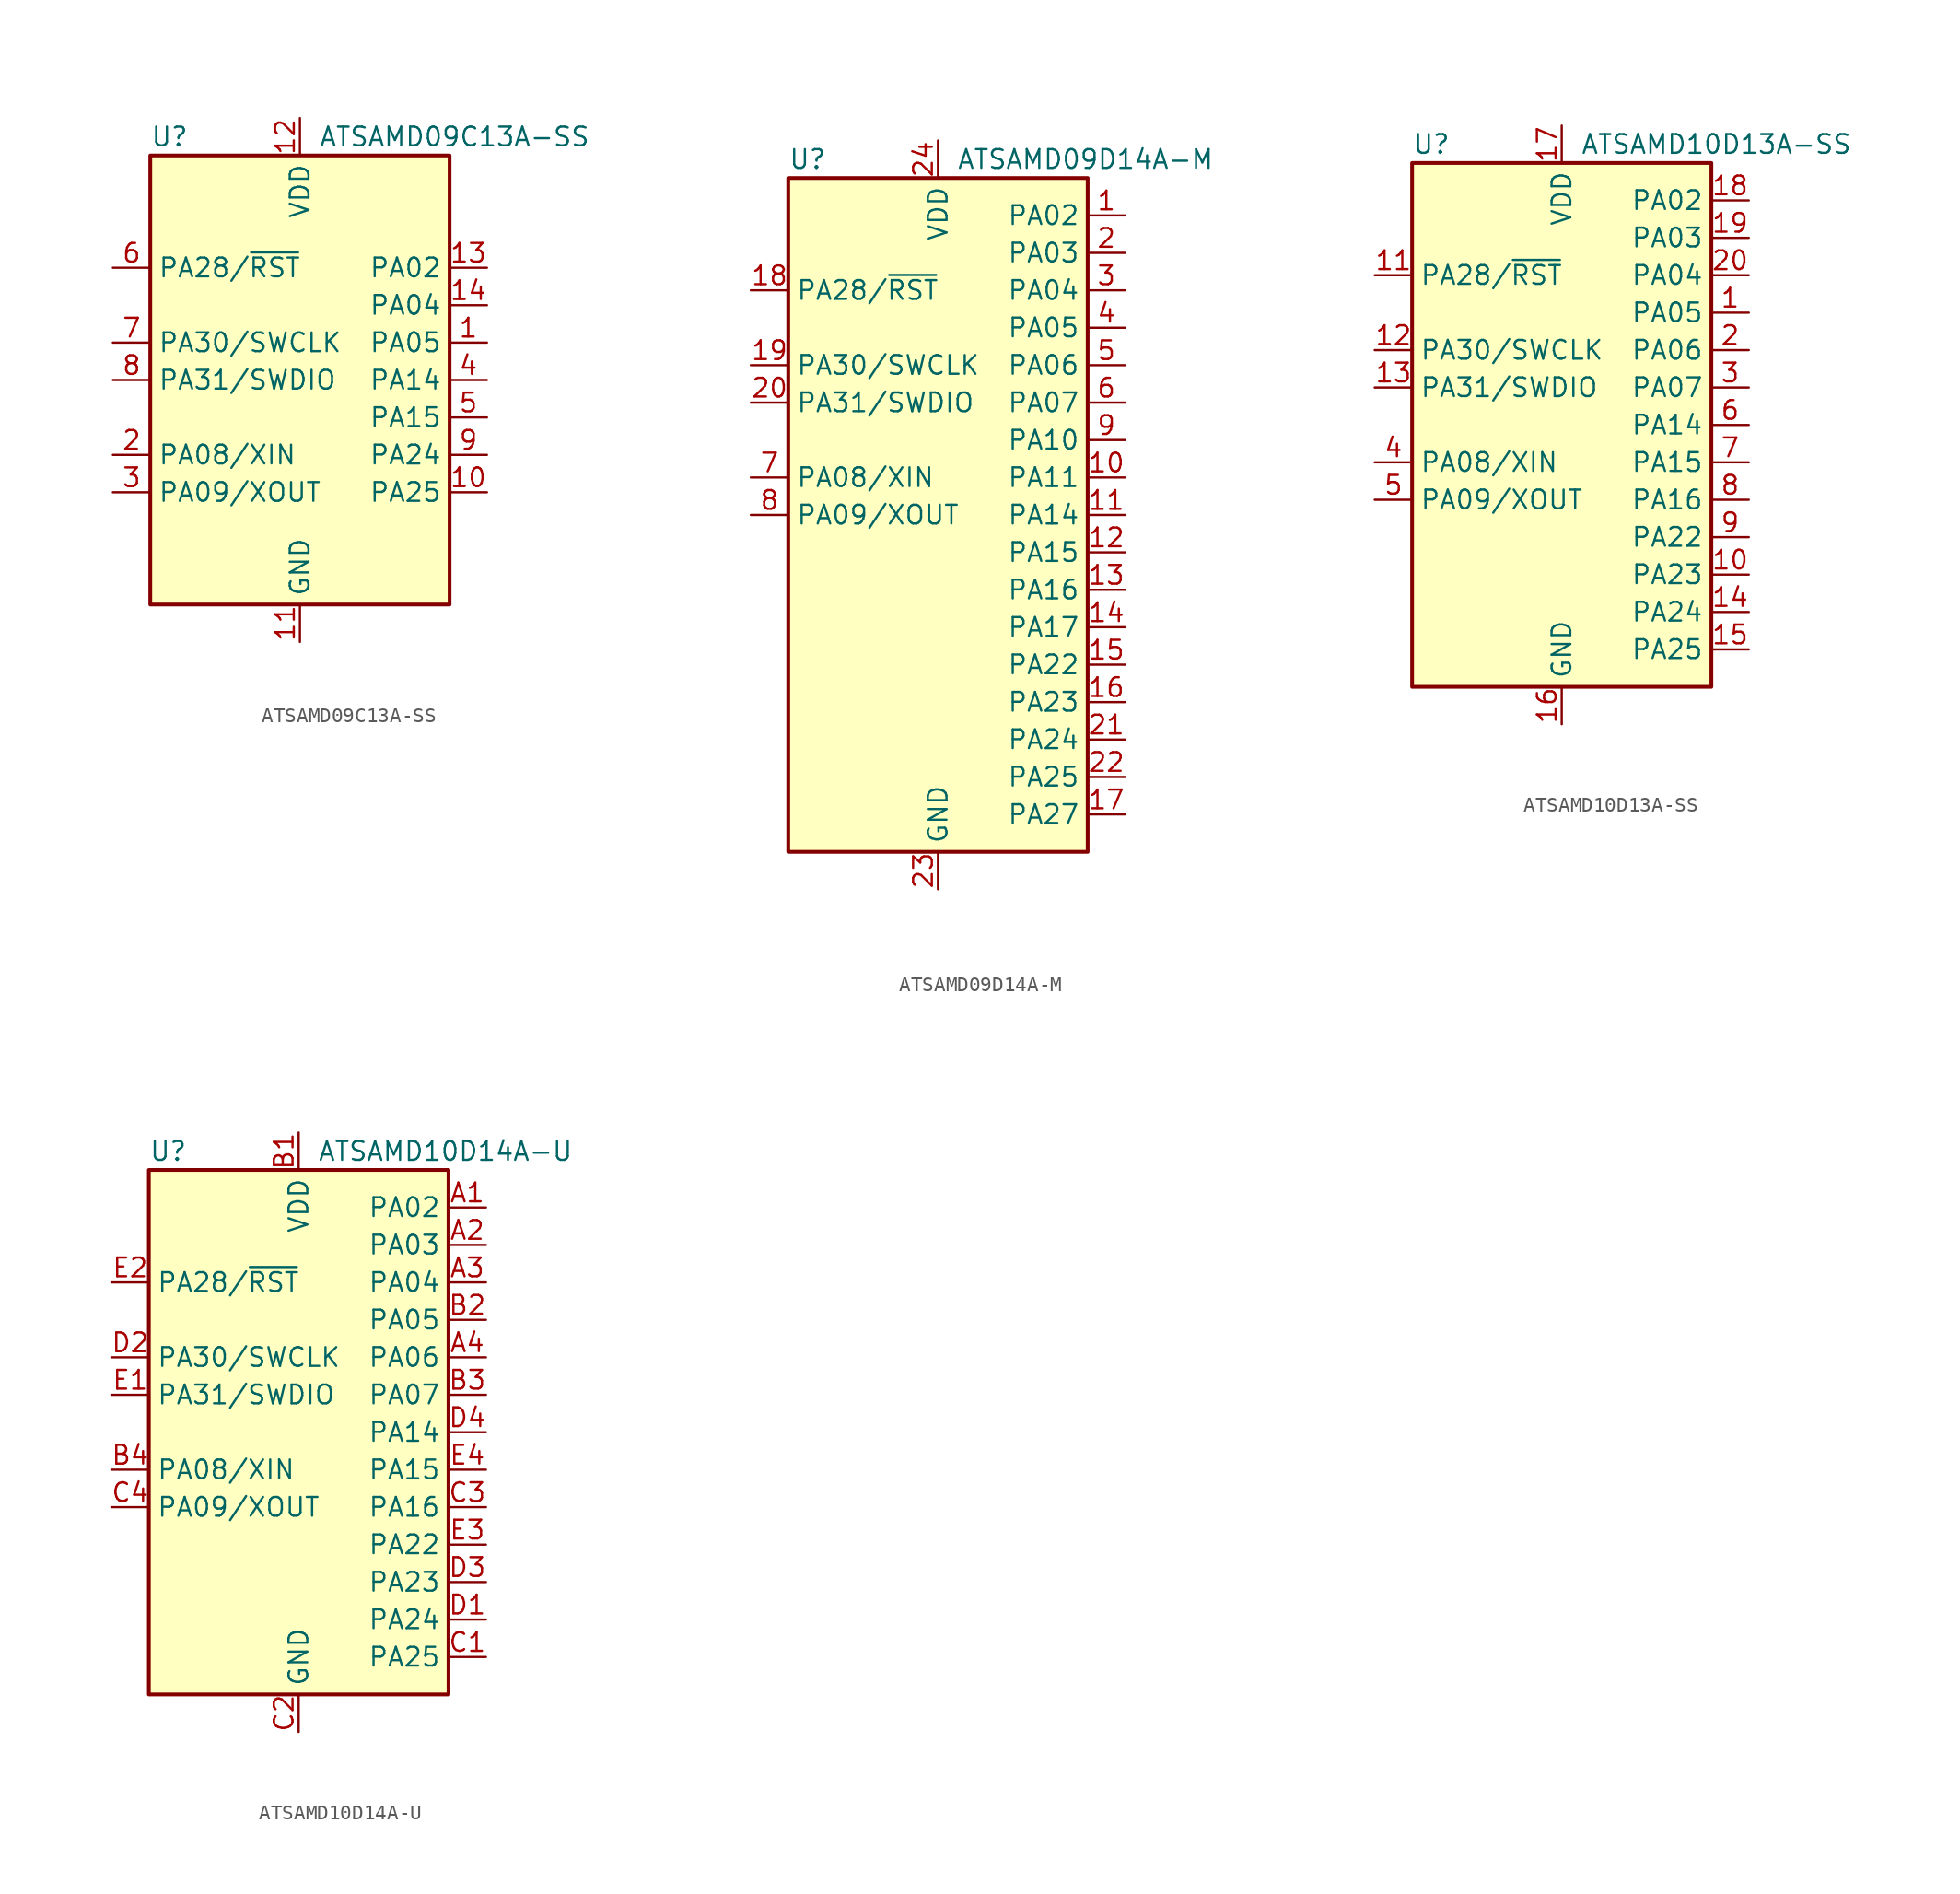
<source format=kicad_sym>
(kicad_symbol_lib
  (version 20220914)
  (generator kicad_symbol_editor)
  (symbol "ATSAMD09C13A-SS"
    (property "Reference" "U"
      (at -10.16 16.51 0)
      (effects (font (size 1.27 1.27)) (justify left)))
    (property "Value" "ATSAMD09C13A-SS"
      (at 1.27 16.51 0)
      (effects (font (size 1.27 1.27)) (justify left)))
    (symbol "ATSAMD09C13A-SS_0_1"
      (rectangle (start -10.16 15.24) (end 10.16 -15.24) (stroke (width 0.254) (type solid)) (fill (type background))))
    (symbol "ATSAMD09C13A-SS_1_1"
      (pin bidirectional line (at 12.7 2.54 180) (length 2.54) (name "PA05" (effects (font (size 1.27 1.27)))) (number "1" (effects (font (size 1.27 1.27)))))
      (pin bidirectional line (at 12.7 -7.62 180) (length 2.54) (name "PA25" (effects (font (size 1.27 1.27)))) (number "10" (effects (font (size 1.27 1.27)))))
      (pin power_in line (at 0 -17.78 90) (length 2.54) (name "GND" (effects (font (size 1.27 1.27)))) (number "11" (effects (font (size 1.27 1.27)))))
      (pin power_in line (at 0 17.78 270) (length 2.54) (name "VDD" (effects (font (size 1.27 1.27)))) (number "12" (effects (font (size 1.27 1.27)))))
      (pin bidirectional line (at 12.7 7.62 180) (length 2.54) (name "PA02" (effects (font (size 1.27 1.27)))) (number "13" (effects (font (size 1.27 1.27)))))
      (pin bidirectional line (at 12.7 5.08 180) (length 2.54) (name "PA04" (effects (font (size 1.27 1.27)))) (number "14" (effects (font (size 1.27 1.27)))))
      (pin bidirectional line (at -12.7 -5.08 0) (length 2.54) (name "PA08/XIN" (effects (font (size 1.27 1.27)))) (number "2" (effects (font (size 1.27 1.27)))))
      (pin bidirectional line (at -12.7 -7.62 0) (length 2.54) (name "PA09/XOUT" (effects (font (size 1.27 1.27)))) (number "3" (effects (font (size 1.27 1.27)))))
      (pin bidirectional line (at 12.7 0 180) (length 2.54) (name "PA14" (effects (font (size 1.27 1.27)))) (number "4" (effects (font (size 1.27 1.27)))))
      (pin bidirectional line (at 12.7 -2.54 180) (length 2.54) (name "PA15" (effects (font (size 1.27 1.27)))) (number "5" (effects (font (size 1.27 1.27)))))
      (pin bidirectional line (at -12.7 7.62 0) (length 2.54) (name "PA28/~{RST}" (effects (font (size 1.27 1.27)))) (number "6" (effects (font (size 1.27 1.27)))))
      (pin bidirectional line (at -12.7 2.54 0) (length 2.54) (name "PA30/SWCLK" (effects (font (size 1.27 1.27)))) (number "7" (effects (font (size 1.27 1.27)))))
      (pin bidirectional line (at -12.7 0 0) (length 2.54) (name "PA31/SWDIO" (effects (font (size 1.27 1.27)))) (number "8" (effects (font (size 1.27 1.27)))))
      (pin bidirectional line (at 12.7 -5.08 180) (length 2.54) (name "PA24" (effects (font (size 1.27 1.27)))) (number "9" (effects (font (size 1.27 1.27)))))))
  (symbol "ATSAMD09D14A-M"
    (property "Reference" "U"
      (at -10.16 24.13 0)
      (effects (font (size 1.27 1.27)) (justify left)))
    (property "Value" "ATSAMD09D14A-M"
      (at 1.27 24.13 0)
      (effects (font (size 1.27 1.27)) (justify left)))
    (symbol "ATSAMD09D14A-M_0_1"
      (rectangle (start -10.16 22.86) (end 10.16 -22.86) (stroke (width 0.254) (type solid)) (fill (type background))))
    (symbol "ATSAMD09D14A-M_1_1"
      (pin bidirectional line (at 12.7 20.32 180) (length 2.54) (name "PA02" (effects (font (size 1.27 1.27)))) (number "1" (effects (font (size 1.27 1.27)))))
      (pin bidirectional line (at 12.7 2.54 180) (length 2.54) (name "PA11" (effects (font (size 1.27 1.27)))) (number "10" (effects (font (size 1.27 1.27)))))
      (pin bidirectional line (at 12.7 0 180) (length 2.54) (name "PA14" (effects (font (size 1.27 1.27)))) (number "11" (effects (font (size 1.27 1.27)))))
      (pin bidirectional line (at 12.7 -2.54 180) (length 2.54) (name "PA15" (effects (font (size 1.27 1.27)))) (number "12" (effects (font (size 1.27 1.27)))))
      (pin bidirectional line (at 12.7 -5.08 180) (length 2.54) (name "PA16" (effects (font (size 1.27 1.27)))) (number "13" (effects (font (size 1.27 1.27)))))
      (pin bidirectional line (at 12.7 -7.62 180) (length 2.54) (name "PA17" (effects (font (size 1.27 1.27)))) (number "14" (effects (font (size 1.27 1.27)))))
      (pin bidirectional line (at 12.7 -10.16 180) (length 2.54) (name "PA22" (effects (font (size 1.27 1.27)))) (number "15" (effects (font (size 1.27 1.27)))))
      (pin bidirectional line (at 12.7 -12.7 180) (length 2.54) (name "PA23" (effects (font (size 1.27 1.27)))) (number "16" (effects (font (size 1.27 1.27)))))
      (pin bidirectional line (at 12.7 -20.32 180) (length 2.54) (name "PA27" (effects (font (size 1.27 1.27)))) (number "17" (effects (font (size 1.27 1.27)))))
      (pin bidirectional line (at -12.7 15.24 0) (length 2.54) (name "PA28/~{RST}" (effects (font (size 1.27 1.27)))) (number "18" (effects (font (size 1.27 1.27)))))
      (pin bidirectional line (at -12.7 10.16 0) (length 2.54) (name "PA30/SWCLK" (effects (font (size 1.27 1.27)))) (number "19" (effects (font (size 1.27 1.27)))))
      (pin bidirectional line (at 12.7 17.78 180) (length 2.54) (name "PA03" (effects (font (size 1.27 1.27)))) (number "2" (effects (font (size 1.27 1.27)))))
      (pin bidirectional line (at -12.7 7.62 0) (length 2.54) (name "PA31/SWDIO" (effects (font (size 1.27 1.27)))) (number "20" (effects (font (size 1.27 1.27)))))
      (pin bidirectional line (at 12.7 -15.24 180) (length 2.54) (name "PA24" (effects (font (size 1.27 1.27)))) (number "21" (effects (font (size 1.27 1.27)))))
      (pin bidirectional line (at 12.7 -17.78 180) (length 2.54) (name "PA25" (effects (font (size 1.27 1.27)))) (number "22" (effects (font (size 1.27 1.27)))))
      (pin power_in line (at 0 -25.4 90) (length 2.54) (name "GND" (effects (font (size 1.27 1.27)))) (number "23" (effects (font (size 1.27 1.27)))))
      (pin power_in line (at 0 25.4 270) (length 2.54) (name "VDD" (effects (font (size 1.27 1.27)))) (number "24" (effects (font (size 1.27 1.27)))))
      (pin bidirectional line (at 12.7 15.24 180) (length 2.54) (name "PA04" (effects (font (size 1.27 1.27)))) (number "3" (effects (font (size 1.27 1.27)))))
      (pin bidirectional line (at 12.7 12.7 180) (length 2.54) (name "PA05" (effects (font (size 1.27 1.27)))) (number "4" (effects (font (size 1.27 1.27)))))
      (pin bidirectional line (at 12.7 10.16 180) (length 2.54) (name "PA06" (effects (font (size 1.27 1.27)))) (number "5" (effects (font (size 1.27 1.27)))))
      (pin bidirectional line (at 12.7 7.62 180) (length 2.54) (name "PA07" (effects (font (size 1.27 1.27)))) (number "6" (effects (font (size 1.27 1.27)))))
      (pin bidirectional line (at -12.7 2.54 0) (length 2.54) (name "PA08/XIN" (effects (font (size 1.27 1.27)))) (number "7" (effects (font (size 1.27 1.27)))))
      (pin bidirectional line (at -12.7 0 0) (length 2.54) (name "PA09/XOUT" (effects (font (size 1.27 1.27)))) (number "8" (effects (font (size 1.27 1.27)))))
      (pin bidirectional line (at 12.7 5.08 180) (length 2.54) (name "PA10" (effects (font (size 1.27 1.27)))) (number "9" (effects (font (size 1.27 1.27)))))))
  (symbol "ATSAMD10D13A-SS"
    (property "Reference" "U"
      (at -10.16 19.05 0)
      (effects (font (size 1.27 1.27)) (justify left)))
    (property "Value" "ATSAMD10D13A-SS"
      (at 1.27 19.05 0)
      (effects (font (size 1.27 1.27)) (justify left)))
    (symbol "ATSAMD10D13A-SS_0_1"
      (rectangle (start -10.16 17.78) (end 10.16 -17.78) (stroke (width 0.254) (type solid)) (fill (type background))))
    (symbol "ATSAMD10D13A-SS_1_1"
      (pin bidirectional line (at 12.7 7.62 180) (length 2.54) (name "PA05" (effects (font (size 1.27 1.27)))) (number "1" (effects (font (size 1.27 1.27)))))
      (pin bidirectional line (at 12.7 -10.16 180) (length 2.54) (name "PA23" (effects (font (size 1.27 1.27)))) (number "10" (effects (font (size 1.27 1.27)))))
      (pin bidirectional line (at -12.7 10.16 0) (length 2.54) (name "PA28/~{RST}" (effects (font (size 1.27 1.27)))) (number "11" (effects (font (size 1.27 1.27)))))
      (pin bidirectional line (at -12.7 5.08 0) (length 2.54) (name "PA30/SWCLK" (effects (font (size 1.27 1.27)))) (number "12" (effects (font (size 1.27 1.27)))))
      (pin bidirectional line (at -12.7 2.54 0) (length 2.54) (name "PA31/SWDIO" (effects (font (size 1.27 1.27)))) (number "13" (effects (font (size 1.27 1.27)))))
      (pin bidirectional line (at 12.7 -12.7 180) (length 2.54) (name "PA24" (effects (font (size 1.27 1.27)))) (number "14" (effects (font (size 1.27 1.27)))))
      (pin bidirectional line (at 12.7 -15.24 180) (length 2.54) (name "PA25" (effects (font (size 1.27 1.27)))) (number "15" (effects (font (size 1.27 1.27)))))
      (pin power_in line (at 0 -20.32 90) (length 2.54) (name "GND" (effects (font (size 1.27 1.27)))) (number "16" (effects (font (size 1.27 1.27)))))
      (pin power_in line (at 0 20.32 270) (length 2.54) (name "VDD" (effects (font (size 1.27 1.27)))) (number "17" (effects (font (size 1.27 1.27)))))
      (pin bidirectional line (at 12.7 15.24 180) (length 2.54) (name "PA02" (effects (font (size 1.27 1.27)))) (number "18" (effects (font (size 1.27 1.27)))))
      (pin bidirectional line (at 12.7 12.7 180) (length 2.54) (name "PA03" (effects (font (size 1.27 1.27)))) (number "19" (effects (font (size 1.27 1.27)))))
      (pin bidirectional line (at 12.7 5.08 180) (length 2.54) (name "PA06" (effects (font (size 1.27 1.27)))) (number "2" (effects (font (size 1.27 1.27)))))
      (pin bidirectional line (at 12.7 10.16 180) (length 2.54) (name "PA04" (effects (font (size 1.27 1.27)))) (number "20" (effects (font (size 1.27 1.27)))))
      (pin bidirectional line (at 12.7 2.54 180) (length 2.54) (name "PA07" (effects (font (size 1.27 1.27)))) (number "3" (effects (font (size 1.27 1.27)))))
      (pin bidirectional line (at -12.7 -2.54 0) (length 2.54) (name "PA08/XIN" (effects (font (size 1.27 1.27)))) (number "4" (effects (font (size 1.27 1.27)))))
      (pin bidirectional line (at -12.7 -5.08 0) (length 2.54) (name "PA09/XOUT" (effects (font (size 1.27 1.27)))) (number "5" (effects (font (size 1.27 1.27)))))
      (pin bidirectional line (at 12.7 0 180) (length 2.54) (name "PA14" (effects (font (size 1.27 1.27)))) (number "6" (effects (font (size 1.27 1.27)))))
      (pin bidirectional line (at 12.7 -2.54 180) (length 2.54) (name "PA15" (effects (font (size 1.27 1.27)))) (number "7" (effects (font (size 1.27 1.27)))))
      (pin bidirectional line (at 12.7 -5.08 180) (length 2.54) (name "PA16" (effects (font (size 1.27 1.27)))) (number "8" (effects (font (size 1.27 1.27)))))
      (pin bidirectional line (at 12.7 -7.62 180) (length 2.54) (name "PA22" (effects (font (size 1.27 1.27)))) (number "9" (effects (font (size 1.27 1.27)))))))
  (symbol "ATSAMD10D14A-U"
    (property "Reference" "U"
      (at -10.16 19.05 0)
      (effects (font (size 1.27 1.27)) (justify left)))
    (property "Value" "ATSAMD10D14A-U"
      (at 1.27 19.05 0)
      (effects (font (size 1.27 1.27)) (justify left)))
    (symbol "ATSAMD10D14A-U_0_1"
      (rectangle (start -10.16 17.78) (end 10.16 -17.78) (stroke (width 0.254) (type solid)) (fill (type background))))
    (symbol "ATSAMD10D14A-U_1_1"
      (pin bidirectional line (at 12.7 15.24 180) (length 2.54) (name "PA02" (effects (font (size 1.27 1.27)))) (number "A1" (effects (font (size 1.27 1.27)))))
      (pin bidirectional line (at 12.7 12.7 180) (length 2.54) (name "PA03" (effects (font (size 1.27 1.27)))) (number "A2" (effects (font (size 1.27 1.27)))))
      (pin bidirectional line (at 12.7 10.16 180) (length 2.54) (name "PA04" (effects (font (size 1.27 1.27)))) (number "A3" (effects (font (size 1.27 1.27)))))
      (pin bidirectional line (at 12.7 5.08 180) (length 2.54) (name "PA06" (effects (font (size 1.27 1.27)))) (number "A4" (effects (font (size 1.27 1.27)))))
      (pin power_in line (at 0 20.32 270) (length 2.54) (name "VDD" (effects (font (size 1.27 1.27)))) (number "B1" (effects (font (size 1.27 1.27)))))
      (pin bidirectional line (at 12.7 7.62 180) (length 2.54) (name "PA05" (effects (font (size 1.27 1.27)))) (number "B2" (effects (font (size 1.27 1.27)))))
      (pin bidirectional line (at 12.7 2.54 180) (length 2.54) (name "PA07" (effects (font (size 1.27 1.27)))) (number "B3" (effects (font (size 1.27 1.27)))))
      (pin bidirectional line (at -12.7 -2.54 0) (length 2.54) (name "PA08/XIN" (effects (font (size 1.27 1.27)))) (number "B4" (effects (font (size 1.27 1.27)))))
      (pin bidirectional line (at 12.7 -15.24 180) (length 2.54) (name "PA25" (effects (font (size 1.27 1.27)))) (number "C1" (effects (font (size 1.27 1.27)))))
      (pin power_in line (at 0 -20.32 90) (length 2.54) (name "GND" (effects (font (size 1.27 1.27)))) (number "C2" (effects (font (size 1.27 1.27)))))
      (pin bidirectional line (at 12.7 -5.08 180) (length 2.54) (name "PA16" (effects (font (size 1.27 1.27)))) (number "C3" (effects (font (size 1.27 1.27)))))
      (pin bidirectional line (at -12.7 -5.08 0) (length 2.54) (name "PA09/XOUT" (effects (font (size 1.27 1.27)))) (number "C4" (effects (font (size 1.27 1.27)))))
      (pin bidirectional line (at 12.7 -12.7 180) (length 2.54) (name "PA24" (effects (font (size 1.27 1.27)))) (number "D1" (effects (font (size 1.27 1.27)))))
      (pin bidirectional line (at -12.7 5.08 0) (length 2.54) (name "PA30/SWCLK" (effects (font (size 1.27 1.27)))) (number "D2" (effects (font (size 1.27 1.27)))))
      (pin bidirectional line (at 12.7 -10.16 180) (length 2.54) (name "PA23" (effects (font (size 1.27 1.27)))) (number "D3" (effects (font (size 1.27 1.27)))))
      (pin bidirectional line (at 12.7 0 180) (length 2.54) (name "PA14" (effects (font (size 1.27 1.27)))) (number "D4" (effects (font (size 1.27 1.27)))))
      (pin bidirectional line (at -12.7 2.54 0) (length 2.54) (name "PA31/SWDIO" (effects (font (size 1.27 1.27)))) (number "E1" (effects (font (size 1.27 1.27)))))
      (pin bidirectional line (at -12.7 10.16 0) (length 2.54) (name "PA28/~{RST}" (effects (font (size 1.27 1.27)))) (number "E2" (effects (font (size 1.27 1.27)))))
      (pin bidirectional line (at 12.7 -7.62 180) (length 2.54) (name "PA22" (effects (font (size 1.27 1.27)))) (number "E3" (effects (font (size 1.27 1.27)))))
      (pin bidirectional line (at 12.7 -2.54 180) (length 2.54) (name "PA15" (effects (font (size 1.27 1.27)))) (number "E4" (effects (font (size 1.27 1.27))))))))
</source>
